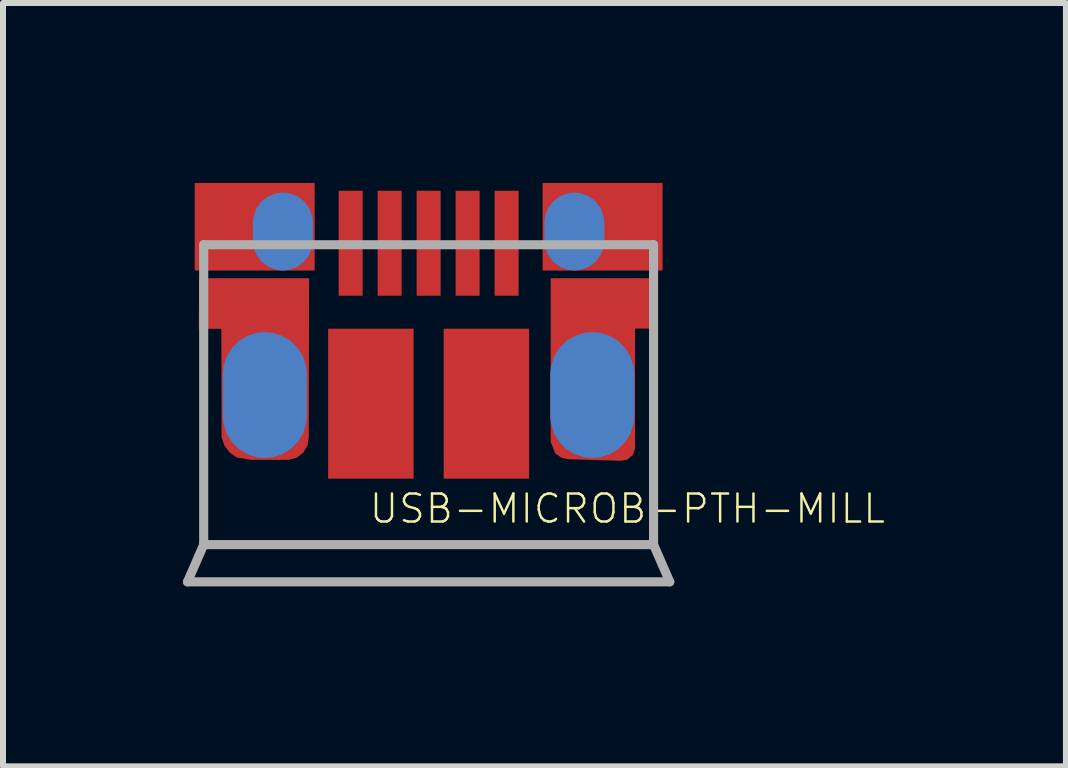
<source format=kicad_pcb>
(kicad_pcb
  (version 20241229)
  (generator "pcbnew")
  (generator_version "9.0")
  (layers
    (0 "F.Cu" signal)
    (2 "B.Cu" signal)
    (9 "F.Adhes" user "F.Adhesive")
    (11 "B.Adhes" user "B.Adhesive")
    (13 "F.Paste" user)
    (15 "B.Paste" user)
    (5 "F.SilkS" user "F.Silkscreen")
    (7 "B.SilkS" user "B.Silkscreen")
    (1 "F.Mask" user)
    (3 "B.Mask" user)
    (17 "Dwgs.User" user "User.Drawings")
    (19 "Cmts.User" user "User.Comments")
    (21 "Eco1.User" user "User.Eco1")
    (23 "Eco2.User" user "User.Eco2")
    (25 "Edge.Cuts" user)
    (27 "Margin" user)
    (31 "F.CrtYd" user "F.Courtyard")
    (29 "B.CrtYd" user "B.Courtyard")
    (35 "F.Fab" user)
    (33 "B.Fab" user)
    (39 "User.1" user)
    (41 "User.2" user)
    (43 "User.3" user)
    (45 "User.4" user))
  (footprint "USB-MICROB-PTH-MILL"
    (layer "F.Cu")
    (at 4.096 1.005)
    (property "Reference" "USB-MICROB-PTH-MILL" (at -1.016 4.699 0) (layer "F.SilkS") (effects (font (size 0.467 0.467) (thickness 0.041)) (justify left bottom)))
    (fp_poly (pts (xy 3.82 1.422) (xy 3.442 1.422) (xy 3.442 3.422) (xy 3.404 3.528) (xy 3.312 3.607) (xy 3.208 3.627) (xy 2.323 3.601) (xy 2.217 3.578) (xy 2.11 3.504) (xy 2.035 3.314) (xy 2.035 0.583) (xy 3.82 0.583)) (stroke (width 0) (type default)) (fill yes) (layer "F.Cu"))
    (fp_poly (pts (xy -1.998 3.231) (xy -2.014 3.36) (xy -2.085 3.486) (xy -2.198 3.575) (xy -2.331 3.612) (xy -2.953 3.612) (xy -3.201 3.572) (xy -3.324 3.483) (xy -3.408 3.367) (xy -3.452 3.231) (xy -3.456 1.427) (xy -3.832 1.427) (xy -3.826 0.583) (xy -1.993 0.583)) (stroke (width 0) (type default)) (fill yes) (layer "F.Cu"))
    (fp_poly (pts (xy 3.851 1.476) (xy 3.551 1.476) (xy 3.551 3.333) (xy 3.514 3.453) (xy 3.441 3.557) (xy 3.336 3.636) (xy 3.104 3.676) (xy 2.295 3.676) (xy 2.165 3.65) (xy 2.047 3.571) (xy 1.949 3.335) (xy 1.949 0.574) (xy 3.851 0.574)) (stroke (width 0) (type default)) (fill yes) (layer "F.Mask"))
    (fp_poly (pts (xy -1.949 3.225) (xy -1.951 3.344) (xy -1.992 3.464) (xy -2.071 3.569) (xy -2.288 3.676) (xy -3.004 3.676) (xy -3.14 3.654) (xy -3.265 3.59) (xy -3.368 3.487) (xy -3.451 3.233) (xy -3.451 1.476) (xy -3.851 1.476) (xy -3.851 0.574) (xy -1.949 0.574)) (stroke (width 0) (type default)) (fill yes) (layer "F.Mask"))
    (fp_poly (pts (xy -1.15 0.831) (xy -1.45 0.831) (xy -1.45 -0.844) (xy -1.15 -0.844)) (stroke (width 0) (type default)) (fill yes) (layer "F.Paste"))
    (fp_poly (pts (xy -0.5 0.831) (xy -0.8 0.831) (xy -0.8 -0.844) (xy -0.5 -0.844)) (stroke (width 0) (type default)) (fill yes) (layer "F.Paste"))
    (fp_poly (pts (xy 0.15 0.831) (xy -0.15 0.831) (xy -0.15 -0.844) (xy 0.15 -0.844)) (stroke (width 0) (type default)) (fill yes) (layer "F.Paste"))
    (fp_poly (pts (xy 0.8 0.831) (xy 0.5 0.831) (xy 0.5 -0.844) (xy 0.8 -0.844)) (stroke (width 0) (type default)) (fill yes) (layer "F.Paste"))
    (fp_poly (pts (xy 1.45 0.831) (xy 1.15 0.831) (xy 1.15 -0.844) (xy 1.45 -0.844)) (stroke (width 0) (type default)) (fill yes) (layer "F.Paste"))
    (fp_poly (pts (xy -1.945 3.194) (xy -1.963 3.308) (xy -2.017 3.415) (xy -2.104 3.502) (xy -2.318 3.571) (xy -3.067 3.571) (xy -3.199 3.545) (xy -3.319 3.465) (xy -3.418 3.226) (xy -3.418 1.488) (xy -3.926 1.488) (xy -3.926 0.599) (xy -1.945 0.599)) (stroke (width 0) (type default)) (fill yes) (layer "F.Paste"))
    (fp_poly (pts (xy 3.913 1.488) (xy 3.405 1.488) (xy 3.405 3.226) (xy 3.306 3.465) (xy 3.186 3.545) (xy 3.055 3.571) (xy 2.305 3.571) (xy 2.092 3.502) (xy 2.004 3.415) (xy 1.95 3.308) (xy 1.932 3.194) (xy 1.932 0.599) (xy 3.913 0.599)) (stroke (width 0) (type default)) (fill yes) (layer "F.Paste"))
    (fp_line (start -4.02 5.645) (end -3.75 5.025) (stroke (width 0.152) (type solid)) (layer "F.Fab"))
    (fp_line (start -3.75 0.025) (end -3.75 5.025) (stroke (width 0.152) (type solid)) (layer "F.Fab"))
    (fp_line (start -3.75 5.025) (end 3.75 5.025) (stroke (width 0.152) (type solid)) (layer "F.Fab"))
    (fp_line (start 3.75 0.025) (end -3.75 0.025) (stroke (width 0.152) (type solid)) (layer "F.Fab"))
    (fp_line (start 3.75 5.025) (end 3.75 0.025) (stroke (width 0.152) (type solid)) (layer "F.Fab"))
    (fp_line (start 4.02 5.645) (end -4.02 5.645) (stroke (width 0.152) (type solid)) (layer "F.Fab"))
    (fp_line (start 4.02 5.645) (end 3.75 5.025) (stroke (width 0.152) (type solid)) (layer "F.Fab"))
    (pad "D+" smd rect (at 0 0 90) (size 1.75 0.4) (layers "F.Cu" "F.Mask"))
    (pad "D-" smd rect (at -0.65 0 90) (size 1.75 0.4) (layers "F.Cu" "F.Mask"))
    (pad "GND" smd rect (at 1.3 0 90) (size 1.75 0.4) (layers "F.Cu" "F.Mask"))
    (pad "ID" smd rect (at 0.65 0 90) (size 1.75 0.4) (layers "F.Cu" "F.Mask"))
    (pad "SHIELD" smd rect (at -2.9 -0.275 90) (size 1.46 2) (layers "F.Cu" "F.Mask" "F.Paste"))
    (pad "SHIELD2" smd rect (at 2.9 -0.275 90) (size 1.46 2) (layers "F.Cu" "F.Mask" "F.Paste"))
    (pad "SHIELD3" smd rect (at -0.963 2.675 90) (size 2.5 1.425) (layers "F.Cu" "F.Mask" "F.Paste"))
    (pad "SHIELD4" smd rect (at 0.963 2.675 90) (size 2.5 1.425) (layers "F.Cu" "F.Mask" "F.Paste"))
    (pad "SHIELD5" smd roundrect (at -2.731 2.531 90) (size 2.1 1.4) (layers "*.Cu" "*.Mask") (roundrect_rratio 0.5))
    (pad "SHIELD6" smd roundrect (at 2.7 2.575 90) (size 1 1) (layers "F.Cu") (roundrect_rratio 0.5))
    (pad "SHIELD7" smd roundrect (at 2.729 2.531 90) (size 2.1 1.4) (layers "*.Cu" "*.Mask") (roundrect_rratio 0.5))
    (pad "SHIELD8" smd roundrect (at -2.731 2.731 90) (size 1.5 1.1) (layers "F.Cu") (roundrect_rratio 0.5))
    (pad "SHIELD9" smd roundrect (at -2.43 -0.195 90) (size 1.3 1) (layers "*.Cu" "*.Mask") (roundrect_rratio 0.5))
    (pad "SHIELD10" smd roundrect (at 2.43 -0.195 90) (size 1.3 1) (layers "*.Cu" "*.Mask") (roundrect_rratio 0.5))
    (pad "VBUS" smd rect (at -1.3 0 90) (size 1.75 0.4) (layers "F.Cu" "F.Mask"))
    (zone (net_name "") (layer "B.Cu") (hatch edge 0.5) (connect_pads) (min_thickness 0.25) (filled_areas_thickness no) (keepout (tracks allowed) (vias allowed) (pads allowed) (copperpour not_allowed) (footprints allowed)) (placement (enabled no)) (fill) (polygon (pts (xy 0.667 3.037) (xy 2.064 3.037) (xy 2.064 4.688) (xy 0.667 4.688))))
    (zone (net_name "") (layer "B.Cu") (hatch edge 0.5) (connect_pads) (min_thickness 0.25) (filled_areas_thickness no) (keepout (tracks allowed) (vias allowed) (pads allowed) (copperpour not_allowed) (footprints allowed)) (placement (enabled no)) (fill) (polygon (pts (xy 1.175 0.116) (xy 2.191 0.116) (xy 2.191 1.513) (xy 1.175 1.513))))
    (zone (net_name "") (layer "B.Cu") (hatch edge 0.5) (connect_pads) (min_thickness 0.25) (filled_areas_thickness no) (keepout (tracks allowed) (vias allowed) (pads allowed) (copperpour not_allowed) (footprints allowed)) (placement (enabled no)) (fill) (polygon (pts (xy 6.001 0.116) (xy 7.017 0.116) (xy 7.017 1.513) (xy 6.001 1.513))))
    (zone (net_name "") (layer "B.Cu") (hatch edge 0.5) (connect_pads) (min_thickness 0.25) (filled_areas_thickness no) (keepout (tracks allowed) (vias allowed) (pads allowed) (copperpour not_allowed) (footprints allowed)) (placement (enabled no)) (fill) (polygon (pts (xy 6.128 3.037) (xy 7.525 3.037) (xy 7.525 4.688) (xy 6.128 4.688))))
    (zone (net_name "") (layer "In2.Cu") (hatch edge 0.5) (connect_pads) (min_thickness 0.25) (filled_areas_thickness no) (keepout (tracks allowed) (vias allowed) (pads allowed) (copperpour not_allowed) (footprints allowed)) (placement (enabled no)) (fill) (polygon (pts (xy 0.667 3.037) (xy 2.064 3.037) (xy 2.064 4.688) (xy 0.667 4.688))))
    (zone (net_name "") (layer "In2.Cu") (hatch edge 0.5) (connect_pads) (min_thickness 0.25) (filled_areas_thickness no) (keepout (tracks allowed) (vias allowed) (pads allowed) (copperpour not_allowed) (footprints allowed)) (placement (enabled no)) (fill) (polygon (pts (xy 1.175 0.116) (xy 2.191 0.116) (xy 2.191 1.513) (xy 1.175 1.513))))
    (zone (net_name "") (layer "In2.Cu") (hatch edge 0.5) (connect_pads) (min_thickness 0.25) (filled_areas_thickness no) (keepout (tracks allowed) (vias allowed) (pads allowed) (copperpour not_allowed) (footprints allowed)) (placement (enabled no)) (fill) (polygon (pts (xy 6.001 0.116) (xy 7.017 0.116) (xy 7.017 1.513) (xy 6.001 1.513))))
    (zone (net_name "") (layer "In2.Cu") (hatch edge 0.5) (connect_pads) (min_thickness 0.25) (filled_areas_thickness no) (keepout (tracks allowed) (vias allowed) (pads allowed) (copperpour not_allowed) (footprints allowed)) (placement (enabled no)) (fill) (polygon (pts (xy 6.128 3.037) (xy 7.525 3.037) (xy 7.525 4.688) (xy 6.128 4.688)))))
  (gr_rect
    (start -3 -3)
    (end 14.721 9.726)
    (stroke (width 0.1) (type default))
    (fill no)
    (layer "Edge.Cuts")))
</source>
